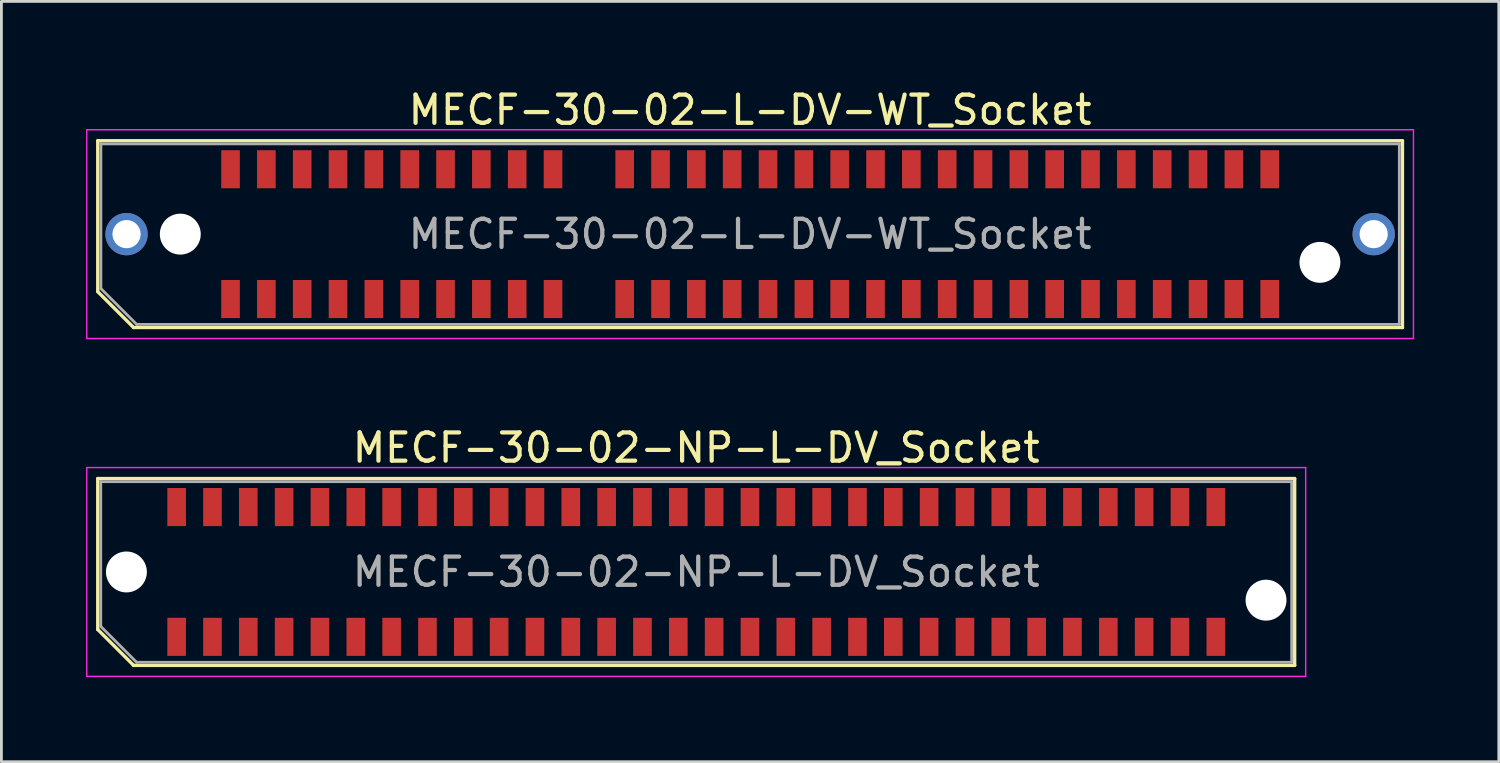
<source format=kicad_pcb>
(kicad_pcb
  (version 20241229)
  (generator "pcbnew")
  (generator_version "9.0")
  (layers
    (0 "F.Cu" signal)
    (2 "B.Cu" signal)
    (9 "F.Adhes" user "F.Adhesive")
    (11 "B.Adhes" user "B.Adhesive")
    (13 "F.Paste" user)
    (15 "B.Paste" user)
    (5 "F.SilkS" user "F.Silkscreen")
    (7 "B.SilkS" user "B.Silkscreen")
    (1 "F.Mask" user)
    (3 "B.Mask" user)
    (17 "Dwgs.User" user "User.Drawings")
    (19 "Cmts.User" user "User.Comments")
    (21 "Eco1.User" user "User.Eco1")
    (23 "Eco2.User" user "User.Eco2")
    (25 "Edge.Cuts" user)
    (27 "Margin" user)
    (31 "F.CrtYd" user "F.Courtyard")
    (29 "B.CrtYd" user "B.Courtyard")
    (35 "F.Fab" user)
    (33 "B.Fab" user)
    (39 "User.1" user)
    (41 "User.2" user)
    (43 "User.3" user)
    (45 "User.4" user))
  (footprint "MECF-30-02-L-DV-WT_Socket"
    (layer "F.Cu")
    (at 23.535 5.248)
    (property "Reference" "MECF-30-02-L-DV-WT_Socket" (at 0 -4.4 0) (layer "F.SilkS") (effects (font (size 1 1) (thickness 0.15))))
    (attr smd)
    (fp_line (start -23.12 -3.31) (end 23.12 -3.31) (stroke (width 0.12) (type solid)) (layer "F.SilkS"))
    (fp_line (start -23.12 2.04) (end -23.12 -3.31) (stroke (width 0.12) (type solid)) (layer "F.SilkS"))
    (fp_line (start -21.85 3.31) (end -23.12 2.04) (stroke (width 0.12) (type solid)) (layer "F.SilkS"))
    (fp_line (start -21.85 3.31) (end 23.12 3.31) (stroke (width 0.12) (type solid)) (layer "F.SilkS"))
    (fp_line (start 23.12 3.31) (end 23.12 -3.31) (stroke (width 0.12) (type solid)) (layer "F.SilkS"))
    (fp_line (start -23.51 -3.7) (end -23.51 3.7) (stroke (width 0.05) (type solid)) (layer "F.CrtYd"))
    (fp_line (start -23.51 3.7) (end 23.51 3.7) (stroke (width 0.05) (type solid)) (layer "F.CrtYd"))
    (fp_line (start 23.51 -3.7) (end -23.51 -3.7) (stroke (width 0.05) (type solid)) (layer "F.CrtYd"))
    (fp_line (start 23.51 3.7) (end 23.51 -3.7) (stroke (width 0.05) (type solid)) (layer "F.CrtYd"))
    (fp_line (start -23.01 -3.2) (end 23.01 -3.2) (stroke (width 0.1) (type solid)) (layer "F.Fab"))
    (fp_line (start -23.01 1.93) (end -23.01 -3.2) (stroke (width 0.1) (type solid)) (layer "F.Fab"))
    (fp_line (start -23.01 1.93) (end -21.74 3.2) (stroke (width 0.1) (type solid)) (layer "F.Fab"))
    (fp_line (start -21.74 3.2) (end 23.01 3.2) (stroke (width 0.1) (type solid)) (layer "F.Fab"))
    (fp_line (start 23.01 3.2) (end 23.01 -3.2) (stroke (width 0.1) (type solid)) (layer "F.Fab"))
    (fp_text user "${REFERENCE}" (at 0 0 0) (layer "F.Fab") (effects (font (size 1 1) (thickness 0.15))))
    (pad "" thru_hole circle (at -22.1 0) (size 1.5 1.5) (drill 1) (layers "*.Cu" "*.Mask"))
    (pad "" np_thru_hole circle (at -20.195 0) (size 1.45 1.45) (drill 1.45) (layers "*.Cu" "*.Mask"))
    (pad "" np_thru_hole circle (at 20.195 1) (size 1.45 1.45) (drill 1.45) (layers "*.Cu" "*.Mask"))
    (pad "" thru_hole circle (at 22.1 0) (size 1.5 1.5) (drill 1) (layers "*.Cu" "*.Mask"))
    (pad "1" smd rect (at -18.415 2.3) (size 0.66 1.35) (layers "F.Cu" "F.Mask" "F.Paste"))
    (pad "2" smd rect (at -18.415 -2.3) (size 0.66 1.35) (layers "F.Cu" "F.Mask" "F.Paste"))
    (pad "3" smd rect (at -17.145 2.3) (size 0.66 1.35) (layers "F.Cu" "F.Mask" "F.Paste"))
    (pad "4" smd rect (at -17.145 -2.3) (size 0.66 1.35) (layers "F.Cu" "F.Mask" "F.Paste"))
    (pad "5" smd rect (at -15.875 2.3) (size 0.66 1.35) (layers "F.Cu" "F.Mask" "F.Paste"))
    (pad "6" smd rect (at -15.875 -2.3) (size 0.66 1.35) (layers "F.Cu" "F.Mask" "F.Paste"))
    (pad "7" smd rect (at -14.605 2.3) (size 0.66 1.35) (layers "F.Cu" "F.Mask" "F.Paste"))
    (pad "8" smd rect (at -14.605 -2.3) (size 0.66 1.35) (layers "F.Cu" "F.Mask" "F.Paste"))
    (pad "9" smd rect (at -13.335 2.3) (size 0.66 1.35) (layers "F.Cu" "F.Mask" "F.Paste"))
    (pad "10" smd rect (at -13.335 -2.3) (size 0.66 1.35) (layers "F.Cu" "F.Mask" "F.Paste"))
    (pad "11" smd rect (at -12.065 2.3) (size 0.66 1.35) (layers "F.Cu" "F.Mask" "F.Paste"))
    (pad "12" smd rect (at -12.065 -2.3) (size 0.66 1.35) (layers "F.Cu" "F.Mask" "F.Paste"))
    (pad "13" smd rect (at -10.795 2.3) (size 0.66 1.35) (layers "F.Cu" "F.Mask" "F.Paste"))
    (pad "14" smd rect (at -10.795 -2.3) (size 0.66 1.35) (layers "F.Cu" "F.Mask" "F.Paste"))
    (pad "15" smd rect (at -9.525 2.3) (size 0.66 1.35) (layers "F.Cu" "F.Mask" "F.Paste"))
    (pad "16" smd rect (at -9.525 -2.3) (size 0.66 1.35) (layers "F.Cu" "F.Mask" "F.Paste"))
    (pad "17" smd rect (at -8.255 2.3) (size 0.66 1.35) (layers "F.Cu" "F.Mask" "F.Paste"))
    (pad "18" smd rect (at -8.255 -2.3) (size 0.66 1.35) (layers "F.Cu" "F.Mask" "F.Paste"))
    (pad "19" smd rect (at -6.985 2.3) (size 0.66 1.35) (layers "F.Cu" "F.Mask" "F.Paste"))
    (pad "20" smd rect (at -6.985 -2.3) (size 0.66 1.35) (layers "F.Cu" "F.Mask" "F.Paste"))
    (pad "23" smd rect (at -4.445 2.3) (size 0.66 1.35) (layers "F.Cu" "F.Mask" "F.Paste"))
    (pad "24" smd rect (at -4.445 -2.3) (size 0.66 1.35) (layers "F.Cu" "F.Mask" "F.Paste"))
    (pad "25" smd rect (at -3.175 2.3) (size 0.66 1.35) (layers "F.Cu" "F.Mask" "F.Paste"))
    (pad "26" smd rect (at -3.175 -2.3) (size 0.66 1.35) (layers "F.Cu" "F.Mask" "F.Paste"))
    (pad "27" smd rect (at -1.905 2.3) (size 0.66 1.35) (layers "F.Cu" "F.Mask" "F.Paste"))
    (pad "28" smd rect (at -1.905 -2.3) (size 0.66 1.35) (layers "F.Cu" "F.Mask" "F.Paste"))
    (pad "29" smd rect (at -0.635 2.3) (size 0.66 1.35) (layers "F.Cu" "F.Mask" "F.Paste"))
    (pad "30" smd rect (at -0.635 -2.3) (size 0.66 1.35) (layers "F.Cu" "F.Mask" "F.Paste"))
    (pad "31" smd rect (at 0.635 2.3) (size 0.66 1.35) (layers "F.Cu" "F.Mask" "F.Paste"))
    (pad "32" smd rect (at 0.635 -2.3) (size 0.66 1.35) (layers "F.Cu" "F.Mask" "F.Paste"))
    (pad "33" smd rect (at 1.905 2.3) (size 0.66 1.35) (layers "F.Cu" "F.Mask" "F.Paste"))
    (pad "34" smd rect (at 1.905 -2.3) (size 0.66 1.35) (layers "F.Cu" "F.Mask" "F.Paste"))
    (pad "35" smd rect (at 3.175 2.3) (size 0.66 1.35) (layers "F.Cu" "F.Mask" "F.Paste"))
    (pad "36" smd rect (at 3.175 -2.3) (size 0.66 1.35) (layers "F.Cu" "F.Mask" "F.Paste"))
    (pad "37" smd rect (at 4.445 2.3) (size 0.66 1.35) (layers "F.Cu" "F.Mask" "F.Paste"))
    (pad "38" smd rect (at 4.445 -2.3) (size 0.66 1.35) (layers "F.Cu" "F.Mask" "F.Paste"))
    (pad "39" smd rect (at 5.715 2.3) (size 0.66 1.35) (layers "F.Cu" "F.Mask" "F.Paste"))
    (pad "40" smd rect (at 5.715 -2.3) (size 0.66 1.35) (layers "F.Cu" "F.Mask" "F.Paste"))
    (pad "41" smd rect (at 6.985 2.3) (size 0.66 1.35) (layers "F.Cu" "F.Mask" "F.Paste"))
    (pad "42" smd rect (at 6.985 -2.3) (size 0.66 1.35) (layers "F.Cu" "F.Mask" "F.Paste"))
    (pad "43" smd rect (at 8.255 2.3) (size 0.66 1.35) (layers "F.Cu" "F.Mask" "F.Paste"))
    (pad "44" smd rect (at 8.255 -2.3) (size 0.66 1.35) (layers "F.Cu" "F.Mask" "F.Paste"))
    (pad "45" smd rect (at 9.525 2.3) (size 0.66 1.35) (layers "F.Cu" "F.Mask" "F.Paste"))
    (pad "46" smd rect (at 9.525 -2.3) (size 0.66 1.35) (layers "F.Cu" "F.Mask" "F.Paste"))
    (pad "47" smd rect (at 10.795 2.3) (size 0.66 1.35) (layers "F.Cu" "F.Mask" "F.Paste"))
    (pad "48" smd rect (at 10.795 -2.3) (size 0.66 1.35) (layers "F.Cu" "F.Mask" "F.Paste"))
    (pad "49" smd rect (at 12.065 2.3) (size 0.66 1.35) (layers "F.Cu" "F.Mask" "F.Paste"))
    (pad "50" smd rect (at 12.065 -2.3) (size 0.66 1.35) (layers "F.Cu" "F.Mask" "F.Paste"))
    (pad "51" smd rect (at 13.335 2.3) (size 0.66 1.35) (layers "F.Cu" "F.Mask" "F.Paste"))
    (pad "52" smd rect (at 13.335 -2.3) (size 0.66 1.35) (layers "F.Cu" "F.Mask" "F.Paste"))
    (pad "53" smd rect (at 14.605 2.3) (size 0.66 1.35) (layers "F.Cu" "F.Mask" "F.Paste"))
    (pad "54" smd rect (at 14.605 -2.3) (size 0.66 1.35) (layers "F.Cu" "F.Mask" "F.Paste"))
    (pad "55" smd rect (at 15.875 2.3) (size 0.66 1.35) (layers "F.Cu" "F.Mask" "F.Paste"))
    (pad "56" smd rect (at 15.875 -2.3) (size 0.66 1.35) (layers "F.Cu" "F.Mask" "F.Paste"))
    (pad "57" smd rect (at 17.145 2.3) (size 0.66 1.35) (layers "F.Cu" "F.Mask" "F.Paste"))
    (pad "58" smd rect (at 17.145 -2.3) (size 0.66 1.35) (layers "F.Cu" "F.Mask" "F.Paste"))
    (pad "59" smd rect (at 18.415 2.3) (size 0.66 1.35) (layers "F.Cu" "F.Mask" "F.Paste"))
    (pad "60" smd rect (at 18.415 -2.3) (size 0.66 1.35) (layers "F.Cu" "F.Mask" "F.Paste")))
  (footprint "MECF-30-02-NP-L-DV_Socket"
    (layer "F.Cu")
    (at 21.625 17.221)
    (property "Reference" "MECF-30-02-NP-L-DV_Socket" (at 0 -4.4 0) (layer "F.SilkS") (effects (font (size 1 1) (thickness 0.15))))
    (attr smd)
    (fp_line (start -21.21 -3.31) (end 21.21 -3.31) (stroke (width 0.12) (type solid)) (layer "F.SilkS"))
    (fp_line (start -21.21 2.04) (end -21.21 -3.31) (stroke (width 0.12) (type solid)) (layer "F.SilkS"))
    (fp_line (start -19.94 3.31) (end -21.21 2.04) (stroke (width 0.12) (type solid)) (layer "F.SilkS"))
    (fp_line (start -19.94 3.31) (end 21.21 3.31) (stroke (width 0.12) (type solid)) (layer "F.SilkS"))
    (fp_line (start 21.21 3.31) (end 21.21 -3.31) (stroke (width 0.12) (type solid)) (layer "F.SilkS"))
    (fp_line (start -21.6 -3.7) (end -21.6 3.7) (stroke (width 0.05) (type solid)) (layer "F.CrtYd"))
    (fp_line (start -21.6 3.7) (end 21.6 3.7) (stroke (width 0.05) (type solid)) (layer "F.CrtYd"))
    (fp_line (start 21.6 -3.7) (end -21.6 -3.7) (stroke (width 0.05) (type solid)) (layer "F.CrtYd"))
    (fp_line (start 21.6 3.7) (end 21.6 -3.7) (stroke (width 0.05) (type solid)) (layer "F.CrtYd"))
    (fp_line (start -21.105 -3.2) (end 21.105 -3.2) (stroke (width 0.1) (type solid)) (layer "F.Fab"))
    (fp_line (start -21.105 1.93) (end -21.105 -3.2) (stroke (width 0.1) (type solid)) (layer "F.Fab"))
    (fp_line (start -21.105 1.93) (end -19.835 3.2) (stroke (width 0.1) (type solid)) (layer "F.Fab"))
    (fp_line (start -19.835 3.2) (end 21.105 3.2) (stroke (width 0.1) (type solid)) (layer "F.Fab"))
    (fp_line (start 21.105 3.2) (end 21.105 -3.2) (stroke (width 0.1) (type solid)) (layer "F.Fab"))
    (fp_text user "${REFERENCE}" (at 0 0 0) (layer "F.Fab") (effects (font (size 1 1) (thickness 0.15))))
    (pad "" np_thru_hole circle (at -20.195 0) (size 1.45 1.45) (drill 1.45) (layers "*.Cu" "*.Mask"))
    (pad "" np_thru_hole circle (at 20.195 1) (size 1.45 1.45) (drill 1.45) (layers "*.Cu" "*.Mask"))
    (pad "1" smd rect (at -18.415 2.3) (size 0.66 1.35) (layers "F.Cu" "F.Mask" "F.Paste"))
    (pad "2" smd rect (at -18.415 -2.3) (size 0.66 1.35) (layers "F.Cu" "F.Mask" "F.Paste"))
    (pad "3" smd rect (at -17.145 2.3) (size 0.66 1.35) (layers "F.Cu" "F.Mask" "F.Paste"))
    (pad "4" smd rect (at -17.145 -2.3) (size 0.66 1.35) (layers "F.Cu" "F.Mask" "F.Paste"))
    (pad "5" smd rect (at -15.875 2.3) (size 0.66 1.35) (layers "F.Cu" "F.Mask" "F.Paste"))
    (pad "6" smd rect (at -15.875 -2.3) (size 0.66 1.35) (layers "F.Cu" "F.Mask" "F.Paste"))
    (pad "7" smd rect (at -14.605 2.3) (size 0.66 1.35) (layers "F.Cu" "F.Mask" "F.Paste"))
    (pad "8" smd rect (at -14.605 -2.3) (size 0.66 1.35) (layers "F.Cu" "F.Mask" "F.Paste"))
    (pad "9" smd rect (at -13.335 2.3) (size 0.66 1.35) (layers "F.Cu" "F.Mask" "F.Paste"))
    (pad "10" smd rect (at -13.335 -2.3) (size 0.66 1.35) (layers "F.Cu" "F.Mask" "F.Paste"))
    (pad "11" smd rect (at -12.065 2.3) (size 0.66 1.35) (layers "F.Cu" "F.Mask" "F.Paste"))
    (pad "12" smd rect (at -12.065 -2.3) (size 0.66 1.35) (layers "F.Cu" "F.Mask" "F.Paste"))
    (pad "13" smd rect (at -10.795 2.3) (size 0.66 1.35) (layers "F.Cu" "F.Mask" "F.Paste"))
    (pad "14" smd rect (at -10.795 -2.3) (size 0.66 1.35) (layers "F.Cu" "F.Mask" "F.Paste"))
    (pad "15" smd rect (at -9.525 2.3) (size 0.66 1.35) (layers "F.Cu" "F.Mask" "F.Paste"))
    (pad "16" smd rect (at -9.525 -2.3) (size 0.66 1.35) (layers "F.Cu" "F.Mask" "F.Paste"))
    (pad "17" smd rect (at -8.255 2.3) (size 0.66 1.35) (layers "F.Cu" "F.Mask" "F.Paste"))
    (pad "18" smd rect (at -8.255 -2.3) (size 0.66 1.35) (layers "F.Cu" "F.Mask" "F.Paste"))
    (pad "19" smd rect (at -6.985 2.3) (size 0.66 1.35) (layers "F.Cu" "F.Mask" "F.Paste"))
    (pad "20" smd rect (at -6.985 -2.3) (size 0.66 1.35) (layers "F.Cu" "F.Mask" "F.Paste"))
    (pad "21" smd rect (at -5.715 2.3) (size 0.66 1.35) (layers "F.Cu" "F.Mask" "F.Paste"))
    (pad "22" smd rect (at -5.715 -2.3) (size 0.66 1.35) (layers "F.Cu" "F.Mask" "F.Paste"))
    (pad "23" smd rect (at -4.445 2.3) (size 0.66 1.35) (layers "F.Cu" "F.Mask" "F.Paste"))
    (pad "24" smd rect (at -4.445 -2.3) (size 0.66 1.35) (layers "F.Cu" "F.Mask" "F.Paste"))
    (pad "25" smd rect (at -3.175 2.3) (size 0.66 1.35) (layers "F.Cu" "F.Mask" "F.Paste"))
    (pad "26" smd rect (at -3.175 -2.3) (size 0.66 1.35) (layers "F.Cu" "F.Mask" "F.Paste"))
    (pad "27" smd rect (at -1.905 2.3) (size 0.66 1.35) (layers "F.Cu" "F.Mask" "F.Paste"))
    (pad "28" smd rect (at -1.905 -2.3) (size 0.66 1.35) (layers "F.Cu" "F.Mask" "F.Paste"))
    (pad "29" smd rect (at -0.635 2.3) (size 0.66 1.35) (layers "F.Cu" "F.Mask" "F.Paste"))
    (pad "30" smd rect (at -0.635 -2.3) (size 0.66 1.35) (layers "F.Cu" "F.Mask" "F.Paste"))
    (pad "31" smd rect (at 0.635 2.3) (size 0.66 1.35) (layers "F.Cu" "F.Mask" "F.Paste"))
    (pad "32" smd rect (at 0.635 -2.3) (size 0.66 1.35) (layers "F.Cu" "F.Mask" "F.Paste"))
    (pad "33" smd rect (at 1.905 2.3) (size 0.66 1.35) (layers "F.Cu" "F.Mask" "F.Paste"))
    (pad "34" smd rect (at 1.905 -2.3) (size 0.66 1.35) (layers "F.Cu" "F.Mask" "F.Paste"))
    (pad "35" smd rect (at 3.175 2.3) (size 0.66 1.35) (layers "F.Cu" "F.Mask" "F.Paste"))
    (pad "36" smd rect (at 3.175 -2.3) (size 0.66 1.35) (layers "F.Cu" "F.Mask" "F.Paste"))
    (pad "37" smd rect (at 4.445 2.3) (size 0.66 1.35) (layers "F.Cu" "F.Mask" "F.Paste"))
    (pad "38" smd rect (at 4.445 -2.3) (size 0.66 1.35) (layers "F.Cu" "F.Mask" "F.Paste"))
    (pad "39" smd rect (at 5.715 2.3) (size 0.66 1.35) (layers "F.Cu" "F.Mask" "F.Paste"))
    (pad "40" smd rect (at 5.715 -2.3) (size 0.66 1.35) (layers "F.Cu" "F.Mask" "F.Paste"))
    (pad "41" smd rect (at 6.985 2.3) (size 0.66 1.35) (layers "F.Cu" "F.Mask" "F.Paste"))
    (pad "42" smd rect (at 6.985 -2.3) (size 0.66 1.35) (layers "F.Cu" "F.Mask" "F.Paste"))
    (pad "43" smd rect (at 8.255 2.3) (size 0.66 1.35) (layers "F.Cu" "F.Mask" "F.Paste"))
    (pad "44" smd rect (at 8.255 -2.3) (size 0.66 1.35) (layers "F.Cu" "F.Mask" "F.Paste"))
    (pad "45" smd rect (at 9.525 2.3) (size 0.66 1.35) (layers "F.Cu" "F.Mask" "F.Paste"))
    (pad "46" smd rect (at 9.525 -2.3) (size 0.66 1.35) (layers "F.Cu" "F.Mask" "F.Paste"))
    (pad "47" smd rect (at 10.795 2.3) (size 0.66 1.35) (layers "F.Cu" "F.Mask" "F.Paste"))
    (pad "48" smd rect (at 10.795 -2.3) (size 0.66 1.35) (layers "F.Cu" "F.Mask" "F.Paste"))
    (pad "49" smd rect (at 12.065 2.3) (size 0.66 1.35) (layers "F.Cu" "F.Mask" "F.Paste"))
    (pad "50" smd rect (at 12.065 -2.3) (size 0.66 1.35) (layers "F.Cu" "F.Mask" "F.Paste"))
    (pad "51" smd rect (at 13.335 2.3) (size 0.66 1.35) (layers "F.Cu" "F.Mask" "F.Paste"))
    (pad "52" smd rect (at 13.335 -2.3) (size 0.66 1.35) (layers "F.Cu" "F.Mask" "F.Paste"))
    (pad "53" smd rect (at 14.605 2.3) (size 0.66 1.35) (layers "F.Cu" "F.Mask" "F.Paste"))
    (pad "54" smd rect (at 14.605 -2.3) (size 0.66 1.35) (layers "F.Cu" "F.Mask" "F.Paste"))
    (pad "55" smd rect (at 15.875 2.3) (size 0.66 1.35) (layers "F.Cu" "F.Mask" "F.Paste"))
    (pad "56" smd rect (at 15.875 -2.3) (size 0.66 1.35) (layers "F.Cu" "F.Mask" "F.Paste"))
    (pad "57" smd rect (at 17.145 2.3) (size 0.66 1.35) (layers "F.Cu" "F.Mask" "F.Paste"))
    (pad "58" smd rect (at 17.145 -2.3) (size 0.66 1.35) (layers "F.Cu" "F.Mask" "F.Paste"))
    (pad "59" smd rect (at 18.415 2.3) (size 0.66 1.35) (layers "F.Cu" "F.Mask" "F.Paste"))
    (pad "60" smd rect (at 18.415 -2.3) (size 0.66 1.35) (layers "F.Cu" "F.Mask" "F.Paste")))
  (gr_rect
    (start -3 -3)
    (end 50.07 23.947)
    (stroke (width 0.1) (type default))
    (fill no)
    (layer "Edge.Cuts")))
</source>
